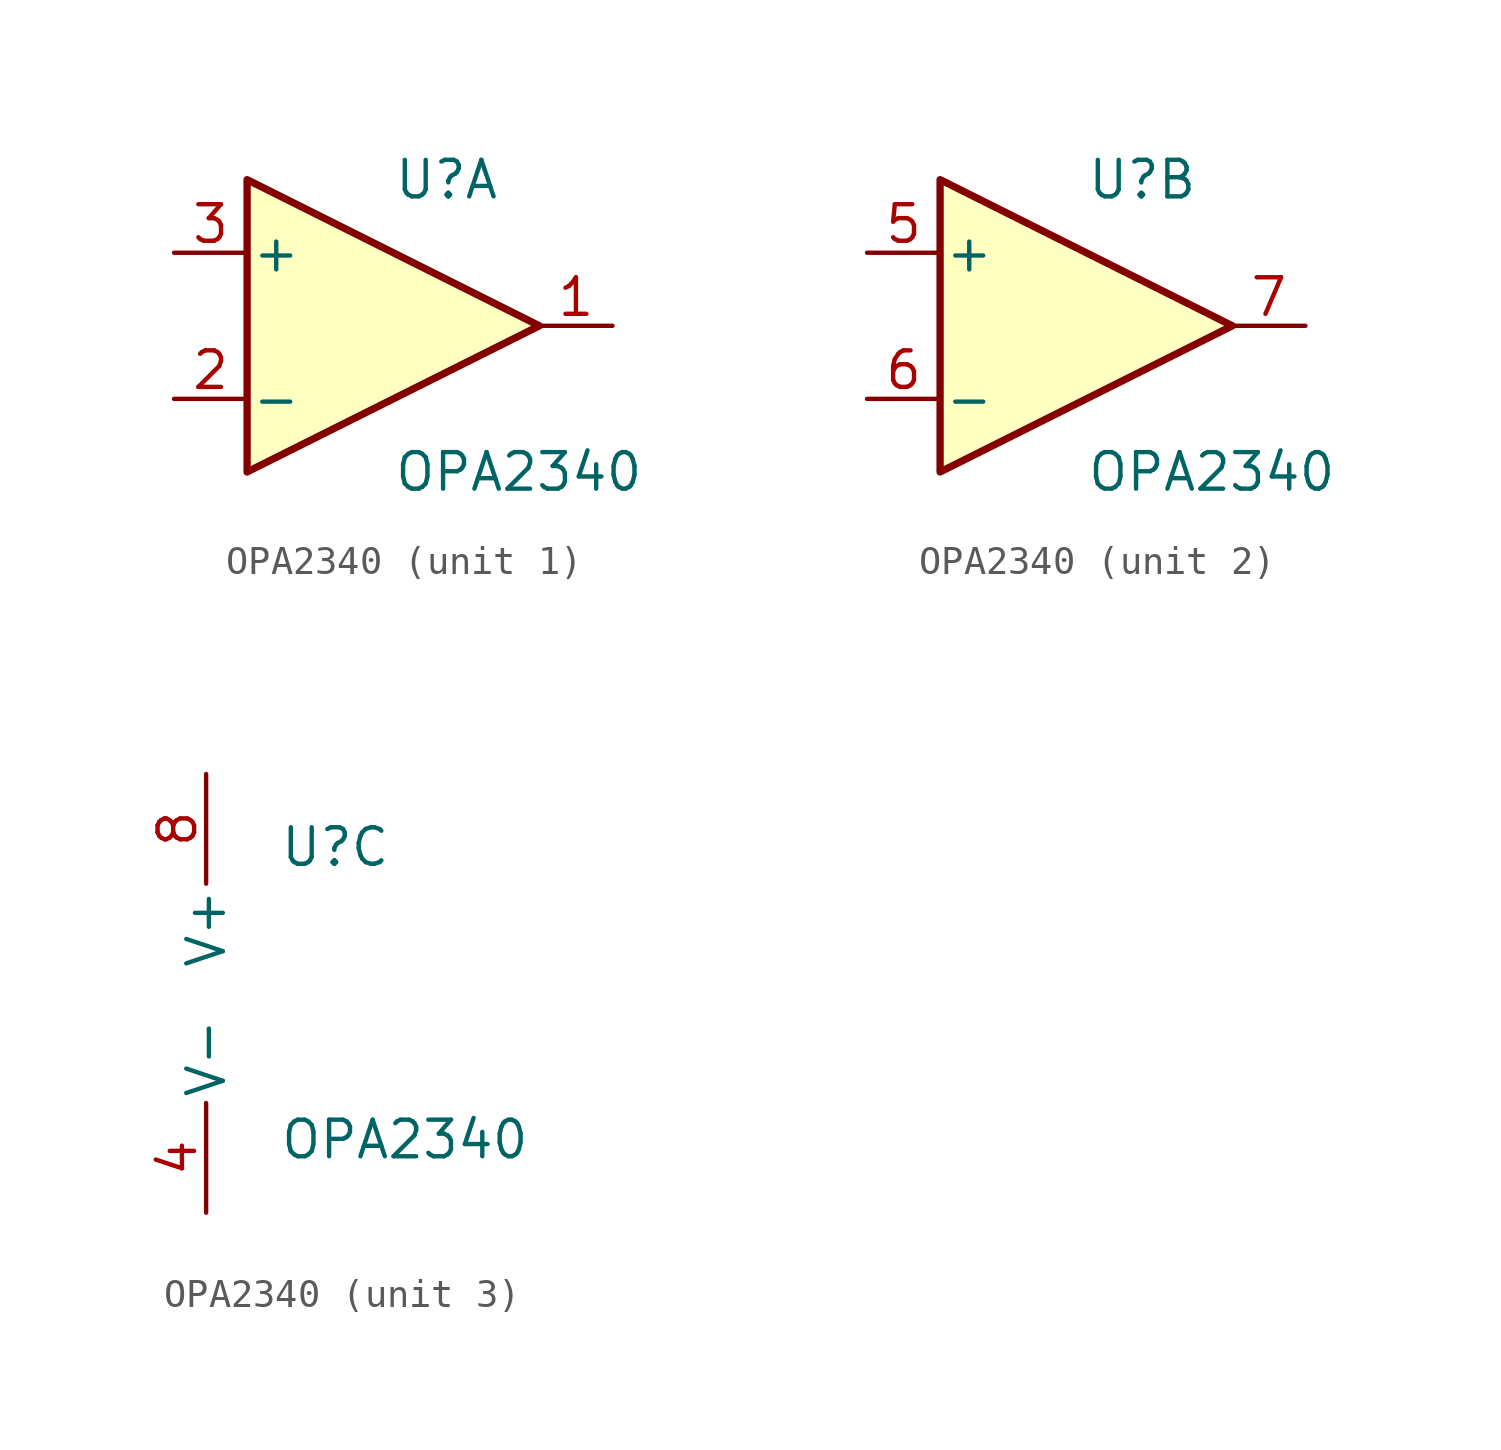
<source format=kicad_sym>
(kicad_symbol_lib
  (version 20231120)
  (generator "kicad_symbol_editor")
  (generator_version "8.0")
  (symbol "OPA2340"
    (pin_names
      (offset 0.127))
    (property "Reference" "U"
      (at 0 5.08 0)
      (effects (font (size 1.27 1.27)) (justify left)))
    (property "Value" "OPA2340"
      (at 0 -5.08 0)
      (effects (font (size 1.27 1.27)) (justify left)))
    (property "ki_locked" ""
      (at 0 0 0)
      (effects (font (size 1.27 1.27))))
    (symbol "OPA2340_1_1"
      (polyline (pts (xy -5.08 5.08) (xy 5.08 0) (xy -5.08 -5.08) (xy -5.08 5.08)) (stroke (width 0.254) (type default)) (fill (type background)))
      (pin output line (at 7.62 0 180) (length 2.54) (name "~" (effects (font (size 1.27 1.27)))) (number "1" (effects (font (size 1.27 1.27)))))
      (pin input line (at -7.62 -2.54 0) (length 2.54) (name "-" (effects (font (size 1.27 1.27)))) (number "2" (effects (font (size 1.27 1.27)))))
      (pin input line (at -7.62 2.54 0) (length 2.54) (name "+" (effects (font (size 1.27 1.27)))) (number "3" (effects (font (size 1.27 1.27))))))
    (symbol "OPA2340_2_1"
      (polyline (pts (xy -5.08 5.08) (xy 5.08 0) (xy -5.08 -5.08) (xy -5.08 5.08)) (stroke (width 0.254) (type default)) (fill (type background)))
      (pin input line (at -7.62 2.54 0) (length 2.54) (name "+" (effects (font (size 1.27 1.27)))) (number "5" (effects (font (size 1.27 1.27)))))
      (pin input line (at -7.62 -2.54 0) (length 2.54) (name "-" (effects (font (size 1.27 1.27)))) (number "6" (effects (font (size 1.27 1.27)))))
      (pin output line (at 7.62 0 180) (length 2.54) (name "~" (effects (font (size 1.27 1.27)))) (number "7" (effects (font (size 1.27 1.27))))))
    (symbol "OPA2340_3_1"
      (pin power_in line (at -2.54 -7.62 90) (length 3.81) (name "V-" (effects (font (size 1.27 1.27)))) (number "4" (effects (font (size 1.27 1.27)))))
      (pin power_in line (at -2.54 7.62 270) (length 3.81) (name "V+" (effects (font (size 1.27 1.27)))) (number "8" (effects (font (size 1.27 1.27))))))))
</source>
